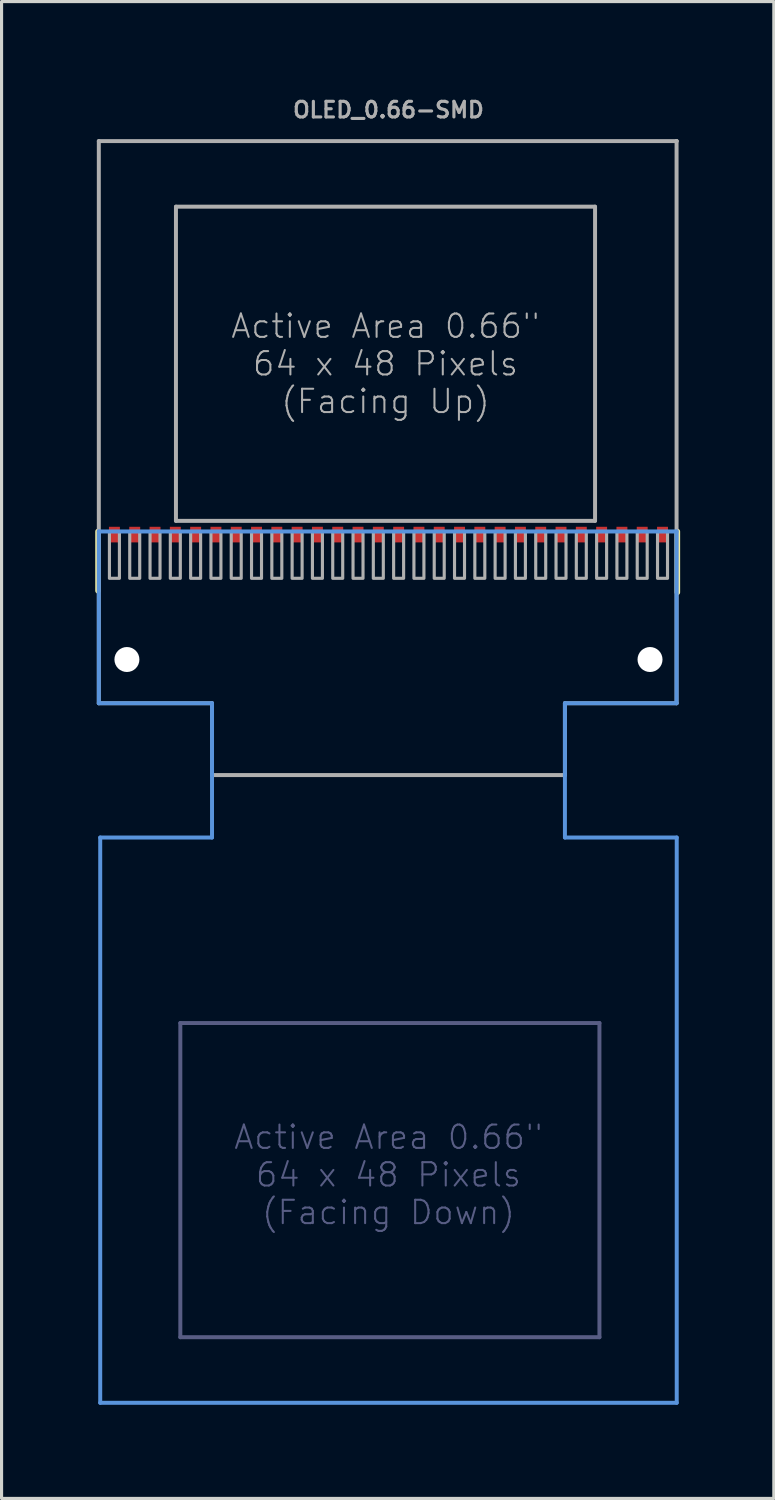
<source format=kicad_pcb>
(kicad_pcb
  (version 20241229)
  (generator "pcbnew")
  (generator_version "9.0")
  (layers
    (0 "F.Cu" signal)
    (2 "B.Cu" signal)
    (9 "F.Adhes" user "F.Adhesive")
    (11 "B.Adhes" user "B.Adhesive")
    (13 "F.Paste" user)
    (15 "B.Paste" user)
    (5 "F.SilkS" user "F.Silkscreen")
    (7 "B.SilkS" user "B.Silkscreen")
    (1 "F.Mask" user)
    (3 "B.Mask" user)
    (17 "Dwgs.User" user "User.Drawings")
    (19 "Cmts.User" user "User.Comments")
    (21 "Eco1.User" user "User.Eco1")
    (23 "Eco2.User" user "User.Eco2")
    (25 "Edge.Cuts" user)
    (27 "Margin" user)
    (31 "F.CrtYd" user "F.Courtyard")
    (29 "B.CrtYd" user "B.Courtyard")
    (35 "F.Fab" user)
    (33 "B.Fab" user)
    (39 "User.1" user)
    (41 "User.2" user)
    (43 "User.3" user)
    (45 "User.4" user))
  (footprint "OLED_0.66-SMD"
    (layer "F.Cu")
    (at 9.389 14.668)
    (property "Reference" "OLED_0.66-SMD" (at 0 -14.2 0) (unlocked yes) (layer "F.Fab") (effects (font (size 0.5 0.5) (thickness 0.1))))
    (fp_line (start -9.3 -0.7) (end -9.3 1.2) (stroke (width 0.178) (type default)) (layer "F.SilkS"))
    (fp_line (start 9.25 -0.7) (end 9.25 1.25) (stroke (width 0.178) (type default)) (layer "F.SilkS"))
    (fp_line (start -9.275 -0.7) (end -9.275 4.8) (stroke (width 0.127) (type solid)) (layer "Cmts.User"))
    (fp_line (start -9.275 4.8) (end -5.65 4.8) (stroke (width 0.127) (type solid)) (layer "Cmts.User"))
    (fp_line (start -9.23 9.1) (end -9.23 27.2) (stroke (width 0.127) (type solid)) (layer "Cmts.User"))
    (fp_line (start -9.23 27.2) (end 9.23 27.2) (stroke (width 0.127) (type solid)) (layer "Cmts.User"))
    (fp_line (start -5.65 4.8) (end -5.65 9.1) (stroke (width 0.127) (type solid)) (layer "Cmts.User"))
    (fp_line (start -5.65 9.1) (end -9.23 9.1) (stroke (width 0.127) (type solid)) (layer "Cmts.User"))
    (fp_line (start 5.65 4.8) (end 9.225 4.8) (stroke (width 0.127) (type solid)) (layer "Cmts.User"))
    (fp_line (start 5.65 9.1) (end 5.65 4.8) (stroke (width 0.127) (type solid)) (layer "Cmts.User"))
    (fp_line (start 9.225 -0.7) (end -9.275 -0.7) (stroke (width 0.127) (type solid)) (layer "Cmts.User"))
    (fp_line (start 9.225 4.8) (end 9.225 -0.7) (stroke (width 0.127) (type solid)) (layer "Cmts.User"))
    (fp_line (start 9.23 9.1) (end 5.65 9.1) (stroke (width 0.127) (type solid)) (layer "Cmts.User"))
    (fp_line (start 9.23 27.2) (end 9.23 9.1) (stroke (width 0.127) (type solid)) (layer "Cmts.User"))
    (fp_line (start -6.665 15.04) (end -6.665 25.1) (stroke (width 0.127) (type solid)) (layer "B.Fab"))
    (fp_line (start -6.665 25.1) (end 6.755 25.1) (stroke (width 0.127) (type solid)) (layer "B.Fab"))
    (fp_line (start 6.755 15.04) (end -6.665 15.04) (stroke (width 0.127) (type solid)) (layer "B.Fab"))
    (fp_line (start 6.755 25.1) (end 6.755 15.04) (stroke (width 0.127) (type solid)) (layer "B.Fab"))
    (fp_line (start -9.275 -13.2) (end -9.275 4.8) (stroke (width 0.127) (type solid)) (layer "F.Fab"))
    (fp_line (start -9.275 -13.2) (end 9.225 -13.2) (stroke (width 0.127) (type solid)) (layer "F.Fab"))
    (fp_line (start -9.275 4.8) (end -5.65 4.8) (stroke (width 0.127) (type solid)) (layer "F.Fab"))
    (fp_line (start -6.805 -11.1) (end -6.805 -1.04) (stroke (width 0.127) (type solid)) (layer "F.Fab"))
    (fp_line (start -6.805 -1.04) (end 6.615 -1.04) (stroke (width 0.127) (type solid)) (layer "F.Fab"))
    (fp_line (start -5.65 4.8) (end -5.65 7.1) (stroke (width 0.127) (type solid)) (layer "F.Fab"))
    (fp_line (start -5.65 7.1) (end 5.65 7.1) (stroke (width 0.127) (type solid)) (layer "F.Fab"))
    (fp_line (start 5.65 4.8) (end 9.225 4.8) (stroke (width 0.127) (type solid)) (layer "F.Fab"))
    (fp_line (start 5.65 7.1) (end 5.65 4.8) (stroke (width 0.127) (type solid)) (layer "F.Fab"))
    (fp_line (start 6.615 -11.1) (end -6.805 -11.1) (stroke (width 0.127) (type solid)) (layer "F.Fab"))
    (fp_line (start 6.615 -1.04) (end 6.615 -11.1) (stroke (width 0.127) (type solid)) (layer "F.Fab"))
    (fp_line (start 9.225 -13.2) (end 9.23 -13.2) (stroke (width 0.127) (type solid)) (layer "F.Fab"))
    (fp_line (start 9.225 4.8) (end 9.225 -13.2) (stroke (width 0.127) (type solid)) (layer "F.Fab"))
    (fp_poly (pts (xy -8.615 -0.7) (xy -8.935 -0.7) (xy -8.935 0.8) (xy -8.615 0.8)) (stroke (width 0.1) (type default)) (fill no) (layer "F.Fab"))
    (fp_poly (pts (xy -7.965 -0.7) (xy -8.285 -0.7) (xy -8.285 0.8) (xy -7.965 0.8)) (stroke (width 0.1) (type default)) (fill no) (layer "F.Fab"))
    (fp_poly (pts (xy -7.315 -0.7) (xy -7.635 -0.7) (xy -7.635 0.8) (xy -7.315 0.8)) (stroke (width 0.1) (type default)) (fill no) (layer "F.Fab"))
    (fp_poly (pts (xy -6.665 -0.7) (xy -6.985 -0.7) (xy -6.985 0.8) (xy -6.665 0.8)) (stroke (width 0.1) (type default)) (fill no) (layer "F.Fab"))
    (fp_poly (pts (xy -6.015 -0.7) (xy -6.335 -0.7) (xy -6.335 0.8) (xy -6.015 0.8)) (stroke (width 0.1) (type default)) (fill no) (layer "F.Fab"))
    (fp_poly (pts (xy -5.365 -0.7) (xy -5.685 -0.7) (xy -5.685 0.8) (xy -5.365 0.8)) (stroke (width 0.1) (type default)) (fill no) (layer "F.Fab"))
    (fp_poly (pts (xy -4.715 -0.7) (xy -5.035 -0.7) (xy -5.035 0.8) (xy -4.715 0.8)) (stroke (width 0.1) (type default)) (fill no) (layer "F.Fab"))
    (fp_poly (pts (xy -4.065 -0.7) (xy -4.385 -0.7) (xy -4.385 0.8) (xy -4.065 0.8)) (stroke (width 0.1) (type default)) (fill no) (layer "F.Fab"))
    (fp_poly (pts (xy -3.415 -0.7) (xy -3.735 -0.7) (xy -3.735 0.8) (xy -3.415 0.8)) (stroke (width 0.1) (type default)) (fill no) (layer "F.Fab"))
    (fp_poly (pts (xy -2.765 -0.7) (xy -3.085 -0.7) (xy -3.085 0.8) (xy -2.765 0.8)) (stroke (width 0.1) (type default)) (fill no) (layer "F.Fab"))
    (fp_poly (pts (xy -2.115 -0.7) (xy -2.435 -0.7) (xy -2.435 0.8) (xy -2.115 0.8)) (stroke (width 0.1) (type default)) (fill no) (layer "F.Fab"))
    (fp_poly (pts (xy -1.465 -0.7) (xy -1.785 -0.7) (xy -1.785 0.8) (xy -1.465 0.8)) (stroke (width 0.1) (type default)) (fill no) (layer "F.Fab"))
    (fp_poly (pts (xy -0.815 -0.7) (xy -1.135 -0.7) (xy -1.135 0.8) (xy -0.815 0.8)) (stroke (width 0.1) (type default)) (fill no) (layer "F.Fab"))
    (fp_poly (pts (xy -0.165 -0.7) (xy -0.485 -0.7) (xy -0.485 0.8) (xy -0.165 0.8)) (stroke (width 0.1) (type default)) (fill no) (layer "F.Fab"))
    (fp_poly (pts (xy 0.485 -0.7) (xy 0.165 -0.7) (xy 0.165 0.8) (xy 0.485 0.8)) (stroke (width 0.1) (type default)) (fill no) (layer "F.Fab"))
    (fp_poly (pts (xy 1.135 -0.7) (xy 0.815 -0.7) (xy 0.815 0.8) (xy 1.135 0.8)) (stroke (width 0.1) (type default)) (fill no) (layer "F.Fab"))
    (fp_poly (pts (xy 1.785 -0.7) (xy 1.465 -0.7) (xy 1.465 0.8) (xy 1.785 0.8)) (stroke (width 0.1) (type default)) (fill no) (layer "F.Fab"))
    (fp_poly (pts (xy 2.435 -0.7) (xy 2.115 -0.7) (xy 2.115 0.8) (xy 2.435 0.8)) (stroke (width 0.1) (type default)) (fill no) (layer "F.Fab"))
    (fp_poly (pts (xy 3.085 -0.7) (xy 2.765 -0.7) (xy 2.765 0.8) (xy 3.085 0.8)) (stroke (width 0.1) (type default)) (fill no) (layer "F.Fab"))
    (fp_poly (pts (xy 3.735 -0.7) (xy 3.415 -0.7) (xy 3.415 0.8) (xy 3.735 0.8)) (stroke (width 0.1) (type default)) (fill no) (layer "F.Fab"))
    (fp_poly (pts (xy 4.385 -0.7) (xy 4.065 -0.7) (xy 4.065 0.8) (xy 4.385 0.8)) (stroke (width 0.1) (type default)) (fill no) (layer "F.Fab"))
    (fp_poly (pts (xy 5.035 -0.7) (xy 4.715 -0.7) (xy 4.715 0.8) (xy 5.035 0.8)) (stroke (width 0.1) (type default)) (fill no) (layer "F.Fab"))
    (fp_poly (pts (xy 5.685 -0.7) (xy 5.365 -0.7) (xy 5.365 0.8) (xy 5.685 0.8)) (stroke (width 0.1) (type default)) (fill no) (layer "F.Fab"))
    (fp_poly (pts (xy 6.335 -0.7) (xy 6.015 -0.7) (xy 6.015 0.8) (xy 6.335 0.8)) (stroke (width 0.1) (type default)) (fill no) (layer "F.Fab"))
    (fp_poly (pts (xy 6.985 -0.7) (xy 6.665 -0.7) (xy 6.665 0.8) (xy 6.985 0.8)) (stroke (width 0.1) (type default)) (fill no) (layer "F.Fab"))
    (fp_poly (pts (xy 7.635 -0.7) (xy 7.315 -0.7) (xy 7.315 0.8) (xy 7.635 0.8)) (stroke (width 0.1) (type default)) (fill no) (layer "F.Fab"))
    (fp_poly (pts (xy 8.285 -0.7) (xy 7.965 -0.7) (xy 7.965 0.8) (xy 8.285 0.8)) (stroke (width 0.1) (type default)) (fill no) (layer "F.Fab"))
    (fp_poly (pts (xy 8.935 -0.7) (xy 8.615 -0.7) (xy 8.615 0.8) (xy 8.935 0.8)) (stroke (width 0.1) (type default)) (fill no) (layer "F.Fab"))
    (fp_text user "Active Area 0.66\"\n64 x 48 Pixels\n(Facing Down)" (at 0 19.9 0) (layer "B.Fab") (effects (font (size 0.748 0.748) (thickness 0.065))))
    (fp_text user "Active Area 0.66\"\n64 x 48 Pixels\n(Facing Up)" (at -0.095 -6.07 0) (layer "F.Fab") (effects (font (size 0.748 0.748) (thickness 0.065))))
    (pad "" np_thru_hole circle (at -8.375 3.4) (size 0.8 0.8) (drill 0.8) (layers "*.Cu" "*.Mask"))
    (pad "" np_thru_hole circle (at 8.375 3.4) (size 0.8 0.8) (drill 0.8) (layers "*.Cu" "*.Mask"))
    (pad "1" smd rect (at -8.775 -0.6) (size 0.35 0.5) (layers "F.Cu" "F.Mask" "F.Paste"))
    (pad "2" smd rect (at -8.125 -0.6) (size 0.35 0.5) (layers "F.Cu" "F.Mask" "F.Paste"))
    (pad "3" smd rect (at -7.475 -0.6) (size 0.35 0.5) (layers "F.Cu" "F.Mask" "F.Paste"))
    (pad "4" smd rect (at -6.825 -0.6) (size 0.35 0.5) (layers "F.Cu" "F.Mask" "F.Paste"))
    (pad "5" smd rect (at -6.175 -0.6) (size 0.35 0.5) (layers "F.Cu" "F.Mask" "F.Paste"))
    (pad "6" smd rect (at -5.525 -0.6) (size 0.35 0.5) (layers "F.Cu" "F.Mask" "F.Paste"))
    (pad "7" smd rect (at -4.875 -0.6) (size 0.35 0.5) (layers "F.Cu" "F.Mask" "F.Paste"))
    (pad "8" smd rect (at -4.225 -0.6) (size 0.35 0.5) (layers "F.Cu" "F.Mask" "F.Paste"))
    (pad "9" smd rect (at -3.575 -0.6) (size 0.35 0.5) (layers "F.Cu" "F.Mask" "F.Paste"))
    (pad "10" smd rect (at -2.925 -0.6) (size 0.35 0.5) (layers "F.Cu" "F.Mask" "F.Paste"))
    (pad "11" smd rect (at -2.275 -0.6) (size 0.35 0.5) (layers "F.Cu" "F.Mask" "F.Paste"))
    (pad "12" smd rect (at -1.625 -0.6) (size 0.35 0.5) (layers "F.Cu" "F.Mask" "F.Paste"))
    (pad "13" smd rect (at -0.975 -0.6) (size 0.35 0.5) (layers "F.Cu" "F.Mask" "F.Paste"))
    (pad "14" smd rect (at -0.325 -0.6) (size 0.35 0.5) (layers "F.Cu" "F.Mask" "F.Paste"))
    (pad "15" smd rect (at 0.325 -0.6) (size 0.35 0.5) (layers "F.Cu" "F.Mask" "F.Paste"))
    (pad "16" smd rect (at 0.975 -0.6) (size 0.35 0.5) (layers "F.Cu" "F.Mask" "F.Paste"))
    (pad "17" smd rect (at 1.625 -0.6) (size 0.35 0.5) (layers "F.Cu" "F.Mask" "F.Paste"))
    (pad "18" smd rect (at 2.275 -0.6) (size 0.35 0.5) (layers "F.Cu" "F.Mask" "F.Paste"))
    (pad "19" smd rect (at 2.925 -0.6) (size 0.35 0.5) (layers "F.Cu" "F.Mask" "F.Paste"))
    (pad "20" smd rect (at 3.575 -0.6) (size 0.35 0.5) (layers "F.Cu" "F.Mask" "F.Paste"))
    (pad "21" smd rect (at 4.225 -0.6) (size 0.35 0.5) (layers "F.Cu" "F.Mask" "F.Paste"))
    (pad "22" smd rect (at 4.875 -0.6) (size 0.35 0.5) (layers "F.Cu" "F.Mask" "F.Paste"))
    (pad "23" smd rect (at 5.525 -0.6) (size 0.35 0.5) (layers "F.Cu" "F.Mask" "F.Paste"))
    (pad "24" smd rect (at 6.175 -0.6) (size 0.35 0.5) (layers "F.Cu" "F.Mask" "F.Paste"))
    (pad "25" smd rect (at 6.825 -0.6) (size 0.35 0.5) (layers "F.Cu" "F.Mask" "F.Paste"))
    (pad "26" smd rect (at 7.475 -0.6) (size 0.35 0.5) (layers "F.Cu" "F.Mask" "F.Paste"))
    (pad "27" smd rect (at 8.125 -0.6) (size 0.35 0.5) (layers "F.Cu" "F.Mask" "F.Paste"))
    (pad "28" smd rect (at 8.775 -0.6) (size 0.35 0.5) (layers "F.Cu" "F.Mask" "F.Paste")))
  (gr_rect
    (start -3 -3)
    (end 21.728 44.931)
    (stroke (width 0.1) (type default))
    (fill no)
    (layer "Edge.Cuts")))
</source>
